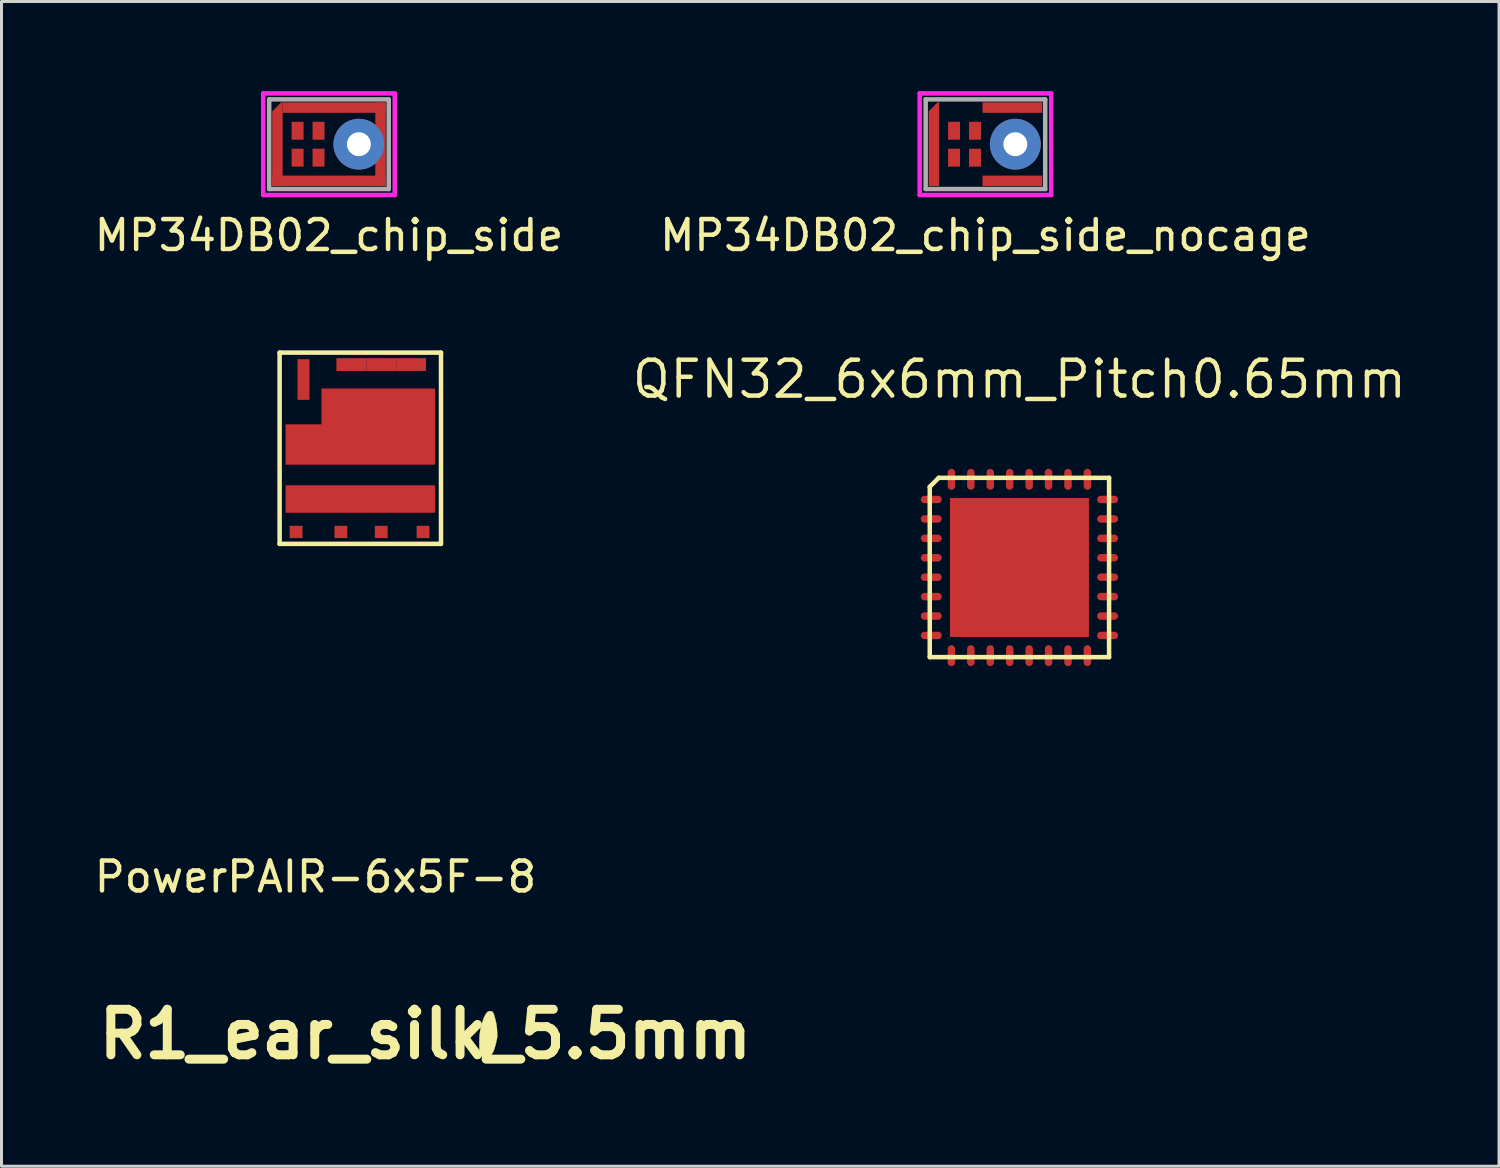
<source format=kicad_pcb>
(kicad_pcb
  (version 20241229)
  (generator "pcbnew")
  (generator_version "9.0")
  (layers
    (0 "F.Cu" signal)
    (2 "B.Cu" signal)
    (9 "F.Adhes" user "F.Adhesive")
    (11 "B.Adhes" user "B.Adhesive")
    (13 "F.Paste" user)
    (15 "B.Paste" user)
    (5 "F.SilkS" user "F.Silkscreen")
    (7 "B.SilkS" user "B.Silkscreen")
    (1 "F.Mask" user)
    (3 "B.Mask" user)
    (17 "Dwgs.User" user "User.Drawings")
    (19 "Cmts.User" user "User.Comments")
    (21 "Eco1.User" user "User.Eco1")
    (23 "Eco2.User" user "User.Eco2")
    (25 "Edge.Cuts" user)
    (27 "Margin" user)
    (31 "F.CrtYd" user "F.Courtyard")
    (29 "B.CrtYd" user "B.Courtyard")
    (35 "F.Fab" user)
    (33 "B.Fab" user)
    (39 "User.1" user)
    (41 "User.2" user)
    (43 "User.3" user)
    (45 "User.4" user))
  (footprint "R1_ear_silk_5.5mm"
    (layer "F.Cu")
    (at 11.183 31.555)
    (property "Reference" "R1_ear_silk_5.5mm" (at 0 0 0) (layer "F.SilkS") (effects (font (size 1.524 1.524) (thickness 0.3))))
    (attr through_hole)
    (fp_poly (pts (xy 2.178 -0.77) (xy 2.198 -0.768) (xy 2.216 -0.764) (xy 2.231 -0.759) (xy 2.245 -0.75) (xy 2.257 -0.738) (xy 2.268 -0.721) (xy 2.279 -0.699) (xy 2.29 -0.671) (xy 2.302 -0.636) (xy 2.314 -0.594) (xy 2.328 -0.543) (xy 2.344 -0.483) (xy 2.344 -0.48) (xy 2.362 -0.408) (xy 2.376 -0.336) (xy 2.387 -0.263) (xy 2.395 -0.186) (xy 2.401 -0.103) (xy 2.406 -0.015) (xy 2.407 0.018) (xy 2.407 0.045) (xy 2.407 0.066) (xy 2.406 0.085) (xy 2.403 0.104) (xy 2.399 0.126) (xy 2.394 0.154) (xy 2.393 0.16) (xy 2.376 0.239) (xy 2.359 0.313) (xy 2.341 0.383) (xy 2.322 0.448) (xy 2.303 0.506) (xy 2.283 0.557) (xy 2.264 0.6) (xy 2.246 0.635) (xy 2.229 0.659) (xy 2.218 0.673) (xy 2.204 0.692) (xy 2.188 0.713) (xy 2.177 0.728) (xy 2.152 0.762) (xy 2.128 0.789) (xy 2.107 0.808) (xy 2.09 0.818) (xy 2.078 0.821) (xy 2.06 0.822) (xy 2.046 0.823) (xy 2.029 0.822) (xy 2.014 0.819) (xy 1.997 0.813) (xy 1.975 0.804) (xy 1.966 0.8) (xy 1.943 0.788) (xy 1.922 0.775) (xy 1.905 0.763) (xy 1.898 0.758) (xy 1.875 0.73) (xy 1.855 0.692) (xy 1.838 0.644) (xy 1.824 0.587) (xy 1.815 0.541) (xy 1.812 0.524) (xy 1.81 0.506) (xy 1.809 0.485) (xy 1.808 0.461) (xy 1.807 0.432) (xy 1.806 0.397) (xy 1.806 0.355) (xy 1.806 0.304) (xy 1.806 0.302) (xy 1.806 0.246) (xy 1.807 0.197) (xy 1.807 0.155) (xy 1.809 0.117) (xy 1.811 0.081) (xy 1.814 0.045) (xy 1.818 0.007) (xy 1.823 -0.035) (xy 1.829 -0.083) (xy 1.829 -0.085) (xy 1.838 -0.142) (xy 1.851 -0.205) (xy 1.867 -0.271) (xy 1.886 -0.338) (xy 1.906 -0.406) (xy 1.929 -0.471) (xy 1.952 -0.532) (xy 1.975 -0.588) (xy 1.998 -0.635) (xy 2.003 -0.645) (xy 2.031 -0.689) (xy 2.062 -0.726) (xy 2.063 -0.727) (xy 2.085 -0.748) (xy 2.106 -0.762) (xy 2.128 -0.769) (xy 2.154 -0.771) (xy 2.178 -0.77)) (stroke (width 0.01) (type solid)) (fill yes) (layer "F.SilkS")))
  (footprint "MP34DB02_chip_side_nocage"
    (layer "F.Cu")
    (at 29.923 1.775)
    (property "Reference" "MP34DB02_chip_side_nocage" (at 0 3.05 0) (layer "F.SilkS") (effects (font (size 1 1) (thickness 0.15))))
    (attr through_hole)
    (fp_circle (center 1 0) (end 1.7 0) (stroke (width 0.3) (type solid)) (fill no) (layer "F.Mask"))
    (fp_line (start -2.2 -1.7) (end 2.2 -1.7) (stroke (width 0.15) (type solid)) (layer "F.CrtYd"))
    (fp_line (start -2.2 1.7) (end -2.2 -1.7) (stroke (width 0.15) (type solid)) (layer "F.CrtYd"))
    (fp_line (start 2.2 -1.7) (end 2.2 1.7) (stroke (width 0.15) (type solid)) (layer "F.CrtYd"))
    (fp_line (start 2.2 1.7) (end -2.2 1.7) (stroke (width 0.15) (type solid)) (layer "F.CrtYd"))
    (fp_line (start -2 -1.5) (end 2 -1.5) (stroke (width 0.15) (type solid)) (layer "F.Fab"))
    (fp_line (start -2 1.5) (end -2 -1.5) (stroke (width 0.15) (type solid)) (layer "F.Fab"))
    (fp_line (start 2 -1.5) (end 2 1.5) (stroke (width 0.15) (type solid)) (layer "F.Fab"))
    (fp_line (start 2 1.5) (end -2 1.5) (stroke (width 0.15) (type solid)) (layer "F.Fab"))
    (pad "1" smd rect (at -1.05 -0.45) (size 0.4 0.6) (layers "F.Cu" "F.Mask" "F.Paste"))
    (pad "2" smd rect (at -0.35 -0.45) (size 0.4 0.6) (layers "F.Cu" "F.Mask" "F.Paste"))
    (pad "3" smd rect (at -0.35 0.45) (size 0.4 0.6) (layers "F.Cu" "F.Mask" "F.Paste"))
    (pad "4" smd rect (at -1.05 0.45) (size 0.4 0.6) (layers "F.Cu" "F.Mask" "F.Paste"))
    (pad "5" smd custom (at -1.725 0.175) (size 0.35 2.45) (layers "F.Cu" "F.Mask" "F.Paste") (options (anchor rect)) (primitives (gr_poly (pts (xy -0.175 -1.225) (xy 0.175 -1.225) (xy 0.175 -1.575) (xy 0.125 -1.575) (xy -0.175 -1.275)) (width 0) (fill yes))))
    (pad "5" smd rect (at 0.9 -1.225) (size 2 0.35) (layers "F.Cu" "F.Mask" "F.Paste"))
    (pad "5" smd rect (at 0.9 1.225) (size 2 0.35) (layers "F.Cu" "F.Mask" "F.Paste"))
    (pad "5" thru_hole circle (at 1 0) (size 1.7 1.7) (drill 0.8) (layers "F.Cu")))
  (footprint "QFN32_6x6mm_Pitch0.65mm"
    (layer "F.Cu")
    (at 31.06 15.938)
    (property "Reference" "QFN32_6x6mm_Pitch0.65mm" (at 0 -6.3 0) (layer "F.SilkS") (effects (font (size 1.2 1.2) (thickness 0.15))))
    (attr through_hole)
    (fp_line (start -3 -2.7) (end -3 3) (stroke (width 0.15) (type solid)) (layer "F.SilkS"))
    (fp_line (start -3 3) (end 3 3) (stroke (width 0.15) (type solid)) (layer "F.SilkS"))
    (fp_line (start -2.7 -3) (end -3 -2.7) (stroke (width 0.15) (type solid)) (layer "F.SilkS"))
    (fp_line (start 3 -3) (end -2.7 -3) (stroke (width 0.15) (type solid)) (layer "F.SilkS"))
    (fp_line (start 3 3) (end 3 -3) (stroke (width 0.15) (type solid)) (layer "F.SilkS"))
    (pad "" smd rect (at -1.15 -1.2) (size 1.644 1.644) (layers "F.Paste"))
    (pad "" smd rect (at -1.15 1.2) (size 1.644 1.644) (layers "F.Paste"))
    (pad "" smd rect (at 1.15 -1.2) (size 1.644 1.644) (layers "F.Paste"))
    (pad "" smd rect (at 1.15 1.2) (size 1.644 1.644) (layers "F.Paste"))
    (pad "1" smd oval (at -2.95 -2.275) (size 0.7 0.25) (layers "F.Cu" "F.Mask" "F.Paste"))
    (pad "2" smd oval (at -2.95 -1.625) (size 0.7 0.25) (layers "F.Cu" "F.Mask" "F.Paste"))
    (pad "3" smd oval (at -2.95 -0.975) (size 0.7 0.25) (layers "F.Cu" "F.Mask" "F.Paste"))
    (pad "4" smd oval (at -2.95 -0.325) (size 0.7 0.25) (layers "F.Cu" "F.Mask" "F.Paste"))
    (pad "5" smd oval (at -2.95 0.325) (size 0.7 0.25) (layers "F.Cu" "F.Mask" "F.Paste"))
    (pad "6" smd oval (at -2.95 0.975) (size 0.7 0.25) (layers "F.Cu" "F.Mask" "F.Paste"))
    (pad "7" smd oval (at -2.95 1.625) (size 0.7 0.25) (layers "F.Cu" "F.Mask" "F.Paste"))
    (pad "8" smd oval (at -2.95 2.275) (size 0.7 0.25) (layers "F.Cu" "F.Mask" "F.Paste"))
    (pad "9" smd oval (at -2.275 2.95) (size 0.25 0.7) (layers "F.Cu" "F.Mask" "F.Paste"))
    (pad "10" smd oval (at -1.625 2.95) (size 0.25 0.7) (layers "F.Cu" "F.Mask" "F.Paste"))
    (pad "11" smd oval (at -0.975 2.95) (size 0.25 0.7) (layers "F.Cu" "F.Mask" "F.Paste"))
    (pad "12" smd oval (at -0.325 2.95) (size 0.25 0.7) (layers "F.Cu" "F.Mask" "F.Paste"))
    (pad "13" smd oval (at 0.325 2.95) (size 0.25 0.7) (layers "F.Cu" "F.Mask" "F.Paste"))
    (pad "14" smd oval (at 0.975 2.95) (size 0.25 0.7) (layers "F.Cu" "F.Mask" "F.Paste"))
    (pad "15" smd oval (at 1.625 2.95) (size 0.25 0.7) (layers "F.Cu" "F.Mask" "F.Paste"))
    (pad "16" smd oval (at 2.275 2.95) (size 0.25 0.7) (layers "F.Cu" "F.Mask" "F.Paste"))
    (pad "17" smd oval (at 2.95 2.275) (size 0.7 0.25) (layers "F.Cu" "F.Mask" "F.Paste"))
    (pad "18" smd oval (at 2.95 1.625) (size 0.7 0.25) (layers "F.Cu" "F.Mask" "F.Paste"))
    (pad "19" smd oval (at 2.95 0.975) (size 0.7 0.25) (layers "F.Cu" "F.Mask" "F.Paste"))
    (pad "20" smd oval (at 2.95 0.325) (size 0.7 0.25) (layers "F.Cu" "F.Mask" "F.Paste"))
    (pad "21" smd oval (at 2.95 -0.325) (size 0.7 0.25) (layers "F.Cu" "F.Mask" "F.Paste"))
    (pad "22" smd oval (at 2.95 -0.975) (size 0.7 0.25) (layers "F.Cu" "F.Mask" "F.Paste"))
    (pad "23" smd oval (at 2.95 -1.625) (size 0.7 0.25) (layers "F.Cu" "F.Mask" "F.Paste"))
    (pad "24" smd oval (at 2.95 -2.275) (size 0.7 0.25) (layers "F.Cu" "F.Mask" "F.Paste"))
    (pad "25" smd oval (at 2.275 -2.95) (size 0.25 0.7) (layers "F.Cu" "F.Mask" "F.Paste"))
    (pad "26" smd oval (at 1.625 -2.95) (size 0.25 0.7) (layers "F.Cu" "F.Mask" "F.Paste"))
    (pad "27" smd oval (at 0.975 -2.95) (size 0.25 0.7) (layers "F.Cu" "F.Mask" "F.Paste"))
    (pad "28" smd oval (at 0.325 -2.95) (size 0.25 0.7) (layers "F.Cu" "F.Mask" "F.Paste"))
    (pad "29" smd oval (at -0.325 -2.95) (size 0.25 0.7) (layers "F.Cu" "F.Mask" "F.Paste"))
    (pad "30" smd oval (at -0.975 -2.95) (size 0.25 0.7) (layers "F.Cu" "F.Mask" "F.Paste"))
    (pad "31" smd oval (at -1.625 -2.95) (size 0.25 0.7) (layers "F.Cu" "F.Mask" "F.Paste"))
    (pad "32" smd oval (at -2.275 -2.95) (size 0.25 0.7) (layers "F.Cu" "F.Mask" "F.Paste"))
    (pad "33" smd rect (at 0 0) (size 4.65 4.65) (layers "F.Cu" "F.Mask")))
  (footprint "PowerPAIR-6x5F-8"
    (layer "F.Cu")
    (at 7.506 11.048)
    (property "Reference" "PowerPAIR-6x5F-8" (at 0 15.24 0) (layer "F.SilkS") (effects (font (size 1 1) (thickness 0.15))))
    (attr through_hole)
    (fp_line (start -1.2 -2.3) (end 4.2 -2.3) (stroke (width 0.15) (type solid)) (layer "F.SilkS"))
    (fp_line (start -1.2 4.1) (end -1.2 -2.3) (stroke (width 0.15) (type solid)) (layer "F.SilkS"))
    (fp_line (start 4.2 -2.3) (end 4.2 4.1) (stroke (width 0.15) (type solid)) (layer "F.SilkS"))
    (fp_line (start 4.2 4.1) (end -1.2 4.1) (stroke (width 0.15) (type solid)) (layer "F.SilkS"))
    (pad "1" smd rect (at -0.65 3.7 90) (size 0.41 0.43) (layers "F.Cu" "F.Mask" "F.Paste"))
    (pad "2" smd rect (at 0.85 3.7 90) (size 0.41 0.43) (layers "F.Cu" "F.Mask" "F.Paste"))
    (pad "3" smd rect (at 2.2 3.7 90) (size 0.41 0.43) (layers "F.Cu" "F.Mask" "F.Paste"))
    (pad "4" smd rect (at 3.6 3.7 90) (size 0.41 0.43) (layers "F.Cu" "F.Mask" "F.Paste"))
    (pad "5" smd rect (at 3.2 -1.9) (size 1 0.43) (layers "F.Cu" "F.Mask" "F.Paste"))
    (pad "6" smd rect (at 2.2 -1.9) (size 1 0.43) (layers "F.Cu" "F.Mask" "F.Paste"))
    (pad "7" smd rect (at 1.2 -1.9) (size 1 0.43) (layers "F.Cu" "F.Mask" "F.Paste"))
    (pad "8" smd rect (at -0.4 -1.4) (size 0.4 1.36) (layers "F.Cu" "F.Mask" "F.Paste"))
    (pad "9" smd custom (at 2 -0.1) (size 1.524 1.524) (layers "F.Cu" "F.Mask" "F.Paste") (options (anchor rect)) (primitives (gr_poly (pts (xy -1.8 -1) (xy 2 -1) (xy 2 1.55) (xy -3 1.55) (xy -3 0.2) (xy -1.8 0.2)) (width 0) (fill yes))))
    (pad "10" smd rect (at 1.5 2.6) (size 5 0.92) (layers "F.Cu" "F.Mask" "F.Paste")))
  (footprint "MP34DB02_chip_side"
    (layer "F.Cu")
    (at 7.958 1.775)
    (property "Reference" "MP34DB02_chip_side" (at 0 3.05 0) (layer "F.SilkS") (effects (font (size 1 1) (thickness 0.15))))
    (attr through_hole)
    (fp_circle (center 1 0) (end 1.7 0) (stroke (width 0.3) (type solid)) (fill no) (layer "F.Mask"))
    (fp_line (start -2.2 -1.7) (end 2.2 -1.7) (stroke (width 0.15) (type solid)) (layer "F.CrtYd"))
    (fp_line (start -2.2 1.7) (end -2.2 -1.7) (stroke (width 0.15) (type solid)) (layer "F.CrtYd"))
    (fp_line (start 2.2 -1.7) (end 2.2 1.7) (stroke (width 0.15) (type solid)) (layer "F.CrtYd"))
    (fp_line (start 2.2 1.7) (end -2.2 1.7) (stroke (width 0.15) (type solid)) (layer "F.CrtYd"))
    (fp_line (start -2 -1.5) (end 2 -1.5) (stroke (width 0.15) (type solid)) (layer "F.Fab"))
    (fp_line (start -2 1.5) (end -2 -1.5) (stroke (width 0.15) (type solid)) (layer "F.Fab"))
    (fp_line (start 2 -1.5) (end 2 1.5) (stroke (width 0.15) (type solid)) (layer "F.Fab"))
    (fp_line (start 2 1.5) (end -2 1.5) (stroke (width 0.15) (type solid)) (layer "F.Fab"))
    (pad "1" smd rect (at -1.05 -0.45) (size 0.4 0.6) (layers "F.Cu" "F.Mask" "F.Paste"))
    (pad "2" smd rect (at -0.35 -0.45) (size 0.4 0.6) (layers "F.Cu" "F.Mask" "F.Paste"))
    (pad "3" smd rect (at -0.35 0.45) (size 0.4 0.6) (layers "F.Cu" "F.Mask" "F.Paste"))
    (pad "4" smd rect (at -1.05 0.45) (size 0.4 0.6) (layers "F.Cu" "F.Mask" "F.Paste"))
    (pad "5" smd custom (at -1.725 0.175) (size 0.35 2.45) (layers "F.Cu" "F.Mask" "F.Paste") (options (anchor rect)) (primitives (gr_poly (pts (xy -0.175 -1.225) (xy 0.175 -1.225) (xy 0.175 -1.575) (xy 0.125 -1.575) (xy -0.175 -1.275)) (width 0) (fill yes))))
    (pad "5" smd rect (at 0 1.225) (size 3.8 0.35) (layers "F.Cu" "F.Mask" "F.Paste"))
    (pad "5" smd rect (at 0.175 -1.225) (size 3.45 0.35) (layers "F.Cu" "F.Mask" "F.Paste"))
    (pad "5" thru_hole circle (at 1 0) (size 1.7 1.7) (drill 0.8) (layers "F.Cu"))
    (pad "5" smd rect (at 1.725 0) (size 0.35 2.8) (layers "F.Cu" "F.Mask" "F.Paste")))
  (gr_rect
    (start -3 -3)
    (end 47.108 35.973)
    (stroke (width 0.1) (type default))
    (fill no)
    (layer "Edge.Cuts")))
</source>
